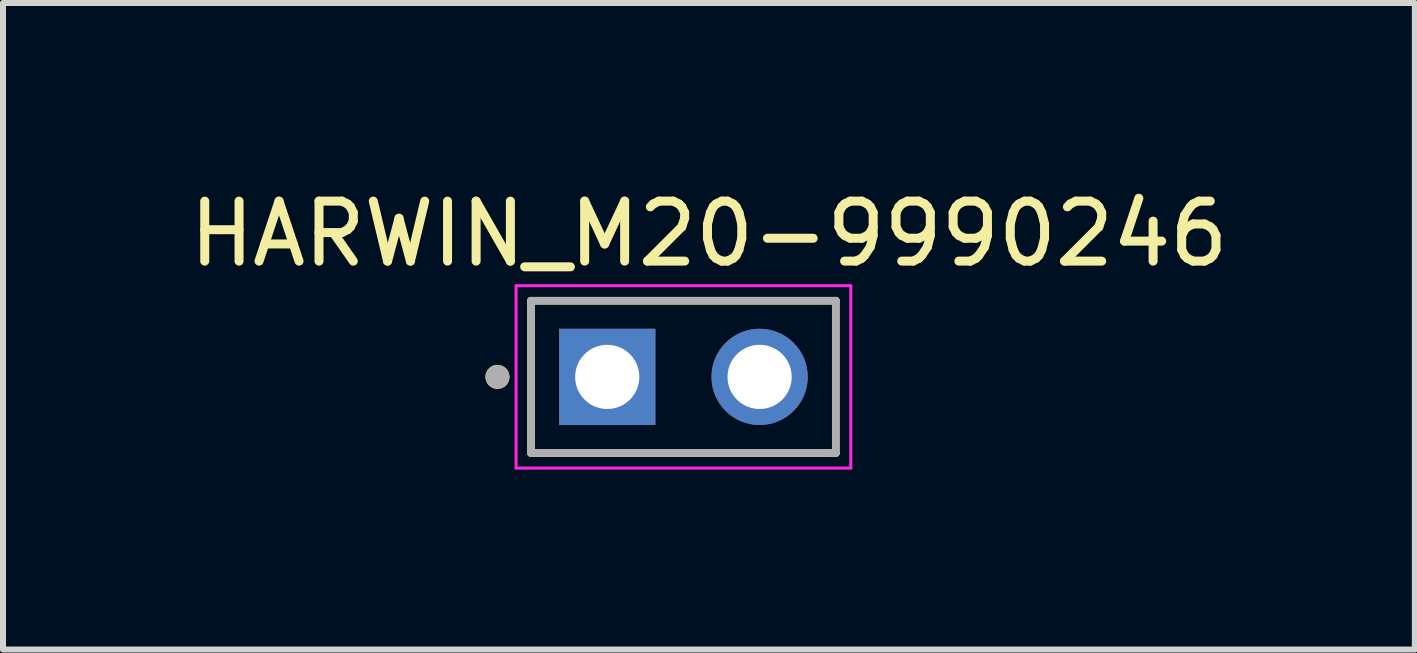
<source format=kicad_pcb>
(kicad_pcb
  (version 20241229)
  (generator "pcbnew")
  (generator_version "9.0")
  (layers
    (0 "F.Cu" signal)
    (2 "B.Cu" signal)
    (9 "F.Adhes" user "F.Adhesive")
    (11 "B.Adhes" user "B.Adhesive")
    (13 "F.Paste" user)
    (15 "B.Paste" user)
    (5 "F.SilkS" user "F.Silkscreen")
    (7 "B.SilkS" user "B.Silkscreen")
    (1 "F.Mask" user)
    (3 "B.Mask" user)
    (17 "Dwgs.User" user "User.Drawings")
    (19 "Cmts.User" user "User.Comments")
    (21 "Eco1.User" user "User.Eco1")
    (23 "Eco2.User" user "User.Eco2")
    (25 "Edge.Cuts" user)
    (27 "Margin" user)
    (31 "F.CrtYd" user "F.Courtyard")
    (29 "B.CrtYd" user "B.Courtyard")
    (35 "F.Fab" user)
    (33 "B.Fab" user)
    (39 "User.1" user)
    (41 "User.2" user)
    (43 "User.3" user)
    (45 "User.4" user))
  (footprint "HARWIN_M20-9990246"
    (layer "F.Cu")
    (at 8.343 3.233)
    (property "Reference" "HARWIN_M20-9990246" (at 0.425 -2.385 0) (layer "F.SilkS") (effects (font (size 1 1) (thickness 0.15))))
    (attr through_hole)
    (fp_line (start -2.54 -1.27) (end 2.54 -1.27) (stroke (width 0.127) (type solid)) (layer "F.SilkS"))
    (fp_line (start -2.54 1.27) (end -2.54 -1.27) (stroke (width 0.127) (type solid)) (layer "F.SilkS"))
    (fp_line (start 2.54 -1.27) (end 2.54 1.27) (stroke (width 0.127) (type solid)) (layer "F.SilkS"))
    (fp_line (start 2.54 1.27) (end -2.54 1.27) (stroke (width 0.127) (type solid)) (layer "F.SilkS"))
    (fp_circle (center -3.1 0) (end -3 0) (stroke (width 0.2) (type solid)) (fill no) (layer "F.SilkS"))
    (fp_line (start -2.79 -1.52) (end 2.79 -1.52) (stroke (width 0.05) (type solid)) (layer "F.CrtYd"))
    (fp_line (start -2.79 1.52) (end -2.79 -1.52) (stroke (width 0.05) (type solid)) (layer "F.CrtYd"))
    (fp_line (start 2.79 -1.52) (end 2.79 1.52) (stroke (width 0.05) (type solid)) (layer "F.CrtYd"))
    (fp_line (start 2.79 1.52) (end -2.79 1.52) (stroke (width 0.05) (type solid)) (layer "F.CrtYd"))
    (fp_line (start -2.54 -1.27) (end 2.54 -1.27) (stroke (width 0.127) (type solid)) (layer "F.Fab"))
    (fp_line (start -2.54 1.27) (end -2.54 -1.27) (stroke (width 0.127) (type solid)) (layer "F.Fab"))
    (fp_line (start 2.54 -1.27) (end 2.54 1.27) (stroke (width 0.127) (type solid)) (layer "F.Fab"))
    (fp_line (start 2.54 1.27) (end -2.54 1.27) (stroke (width 0.127) (type solid)) (layer "F.Fab"))
    (fp_circle (center -3.1 0) (end -3 0) (stroke (width 0.2) (type solid)) (fill no) (layer "F.Fab"))
    (pad "1" thru_hole rect (at -1.27 0) (size 1.605 1.605) (drill 1.07) (layers "*.Cu" "*.Mask"))
    (pad "2" thru_hole circle (at 1.27 0) (size 1.605 1.605) (drill 1.07) (layers "*.Cu" "*.Mask")))
  (gr_rect
    (start -3 -3)
    (end 20.536 7.778)
    (stroke (width 0.1) (type default))
    (fill no)
    (layer "Edge.Cuts")))
</source>
